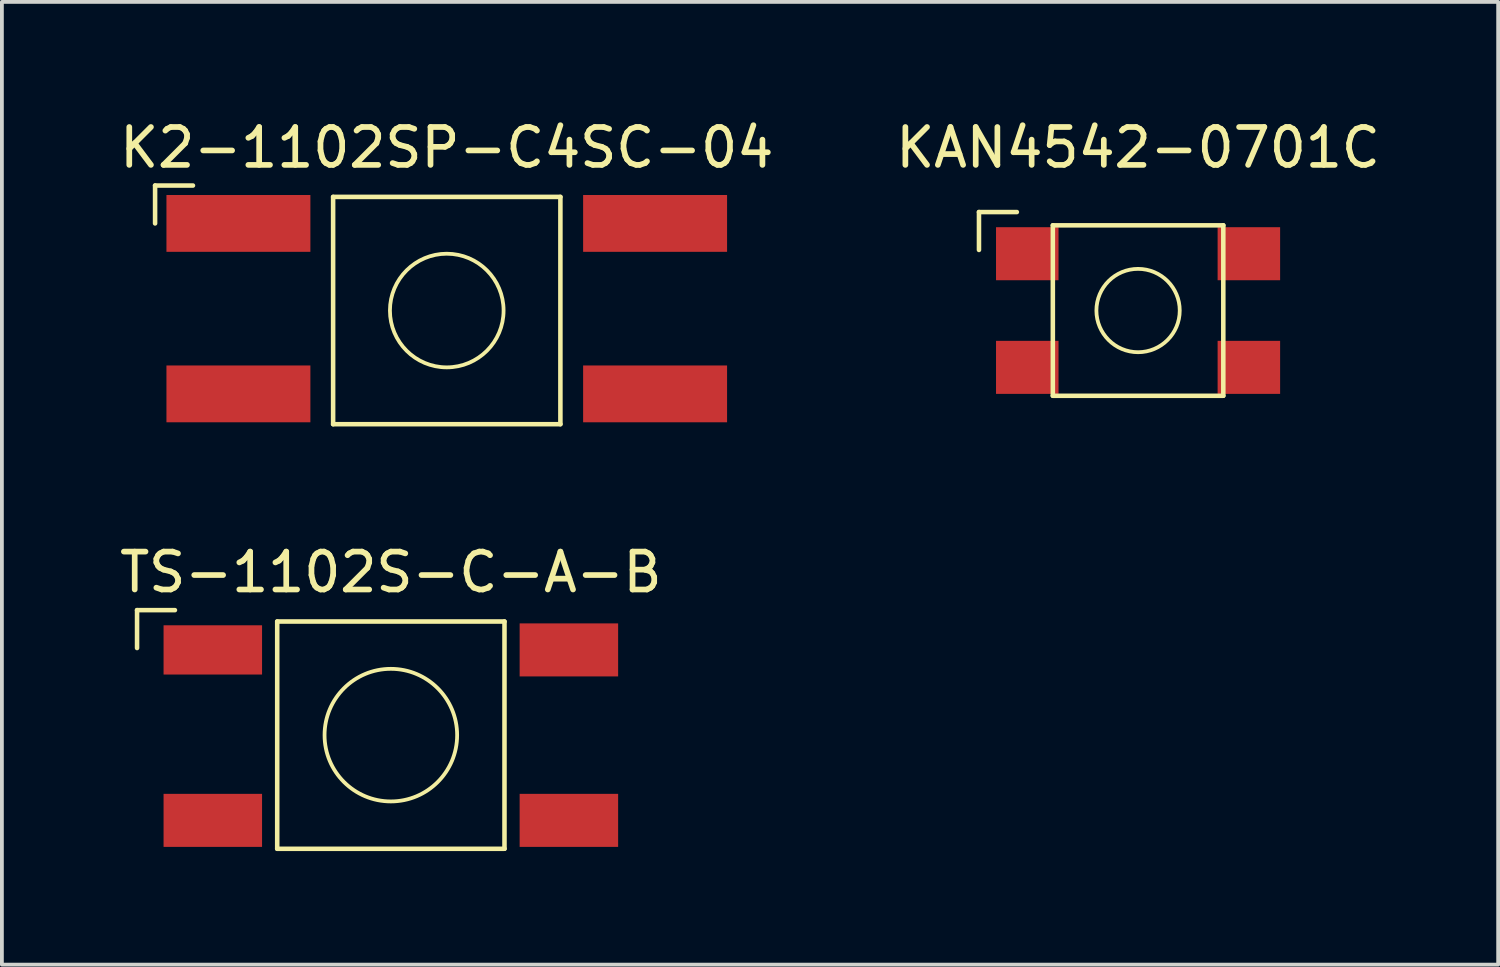
<source format=kicad_pcb>
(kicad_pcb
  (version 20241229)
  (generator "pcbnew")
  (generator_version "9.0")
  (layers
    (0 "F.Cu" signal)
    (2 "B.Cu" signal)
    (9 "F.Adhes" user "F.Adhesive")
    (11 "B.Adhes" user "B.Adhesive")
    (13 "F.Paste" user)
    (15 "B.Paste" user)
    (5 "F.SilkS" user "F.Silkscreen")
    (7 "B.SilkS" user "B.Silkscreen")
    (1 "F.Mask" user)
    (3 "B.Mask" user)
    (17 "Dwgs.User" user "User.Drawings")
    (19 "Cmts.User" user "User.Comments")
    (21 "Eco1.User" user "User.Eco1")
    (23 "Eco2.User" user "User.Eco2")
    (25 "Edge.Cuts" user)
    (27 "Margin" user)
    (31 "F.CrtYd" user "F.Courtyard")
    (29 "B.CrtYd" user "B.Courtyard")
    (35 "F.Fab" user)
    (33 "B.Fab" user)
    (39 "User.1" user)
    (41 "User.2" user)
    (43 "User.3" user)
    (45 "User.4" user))
  (footprint "TS-1102S-C-A-B"
    (layer "F.Cu")
    (at 7.268 16.357)
    (property "Reference" "TS-1102S-C-A-B" (at 0 -4.3 0) (layer "F.SilkS") (effects (font (size 1 1) (thickness 0.15))))
    (attr smd)
    (fp_line (start -6.7 -3.3) (end -5.7 -3.3) (stroke (width 0.12) (type solid)) (layer "F.SilkS"))
    (fp_line (start -6.7 -2.3) (end -6.7 -3.3) (stroke (width 0.12) (type solid)) (layer "F.SilkS"))
    (fp_line (start -3 -3) (end 3 -3) (stroke (width 0.12) (type solid)) (layer "F.SilkS"))
    (fp_line (start -3 3) (end -3 -3) (stroke (width 0.12) (type solid)) (layer "F.SilkS"))
    (fp_line (start 3 -3) (end 3 3) (stroke (width 0.12) (type solid)) (layer "F.SilkS"))
    (fp_line (start 3 3) (end -3 3) (stroke (width 0.12) (type solid)) (layer "F.SilkS"))
    (fp_circle (center 0 0) (end 1.75 0) (stroke (width 0.1) (type solid)) (fill no) (layer "F.SilkS"))
    (pad "1" smd rect (at -4.7 -2.25 180) (size 2.6 1.3) (layers "F.Cu" "F.Mask" "F.Paste"))
    (pad "2" smd rect (at -4.7 2.25 180) (size 2.6 1.4) (layers "F.Cu" "F.Mask" "F.Paste"))
    (pad "3" smd rect (at 4.7 -2.25 180) (size 2.6 1.4) (layers "F.Cu" "F.Mask" "F.Paste"))
    (pad "4" smd rect (at 4.7 2.25 180) (size 2.6 1.4) (layers "F.Cu" "F.Mask" "F.Paste")))
  (footprint "KAN4542-0701C"
    (layer "F.Cu")
    (at 26.994 5.148)
    (property "Reference" "KAN4542-0701C" (at 0 -4.3 0) (layer "F.SilkS") (effects (font (size 1 1) (thickness 0.15))))
    (attr smd)
    (fp_line (start -4.2 -2.6) (end -3.2 -2.6) (stroke (width 0.12) (type solid)) (layer "F.SilkS"))
    (fp_line (start -4.2 -1.6) (end -4.2 -2.6) (stroke (width 0.12) (type solid)) (layer "F.SilkS"))
    (fp_line (start -2.25 -2.25) (end 2.25 -2.25) (stroke (width 0.12) (type solid)) (layer "F.SilkS"))
    (fp_line (start -2.25 2.25) (end -2.25 -2.25) (stroke (width 0.12) (type solid)) (layer "F.SilkS"))
    (fp_line (start 2.25 -2.25) (end 2.25 2.25) (stroke (width 0.12) (type solid)) (layer "F.SilkS"))
    (fp_line (start 2.25 2.25) (end -2.25 2.25) (stroke (width 0.12) (type solid)) (layer "F.SilkS"))
    (fp_circle (center 0 0) (end 1.1 0) (stroke (width 0.1) (type solid)) (fill no) (layer "F.SilkS"))
    (pad "1" smd rect (at -2.925 -1.5 180) (size 1.65 1.4) (layers "F.Cu" "F.Mask" "F.Paste"))
    (pad "2" smd rect (at 2.925 -1.5 180) (size 1.65 1.4) (layers "F.Cu" "F.Mask" "F.Paste"))
    (pad "3" smd rect (at -2.925 1.5 180) (size 1.65 1.4) (layers "F.Cu" "F.Mask" "F.Paste"))
    (pad "4" smd rect (at 2.925 1.5 180) (size 1.65 1.4) (layers "F.Cu" "F.Mask" "F.Paste")))
  (footprint "K2-1102SP-C4SC-04"
    (layer "F.Cu")
    (at 8.744 5.148)
    (property "Reference" "K2-1102SP-C4SC-04" (at 0 -4.3 0) (layer "F.SilkS") (effects (font (size 1 1) (thickness 0.15))))
    (attr smd)
    (fp_line (start -7.7 -3.3) (end -6.7 -3.3) (stroke (width 0.12) (type solid)) (layer "F.SilkS"))
    (fp_line (start -7.7 -2.3) (end -7.7 -3.3) (stroke (width 0.12) (type solid)) (layer "F.SilkS"))
    (fp_line (start -3 -3) (end 3 -3) (stroke (width 0.12) (type solid)) (layer "F.SilkS"))
    (fp_line (start -3 3) (end -3 -3) (stroke (width 0.12) (type solid)) (layer "F.SilkS"))
    (fp_line (start 3 -3) (end 3 3) (stroke (width 0.12) (type solid)) (layer "F.SilkS"))
    (fp_line (start 3 3) (end -3 3) (stroke (width 0.12) (type solid)) (layer "F.SilkS"))
    (fp_circle (center 0 0) (end 1.5 0) (stroke (width 0.1) (type solid)) (fill no) (layer "F.SilkS"))
    (pad "1" smd rect (at -5.5 -2.3 180) (size 3.8 1.5) (layers "F.Cu" "F.Mask" "F.Paste"))
    (pad "2" smd rect (at 5.5 -2.3 180) (size 3.8 1.5) (layers "F.Cu" "F.Mask" "F.Paste"))
    (pad "3" smd rect (at -5.5 2.2 180) (size 3.8 1.5) (layers "F.Cu" "F.Mask" "F.Paste"))
    (pad "4" smd rect (at 5.5 2.2 180) (size 3.8 1.5) (layers "F.Cu" "F.Mask" "F.Paste")))
  (gr_rect
    (start -3 -3)
    (end 36.5 22.416)
    (stroke (width 0.1) (type default))
    (fill no)
    (layer "Edge.Cuts")))
</source>
